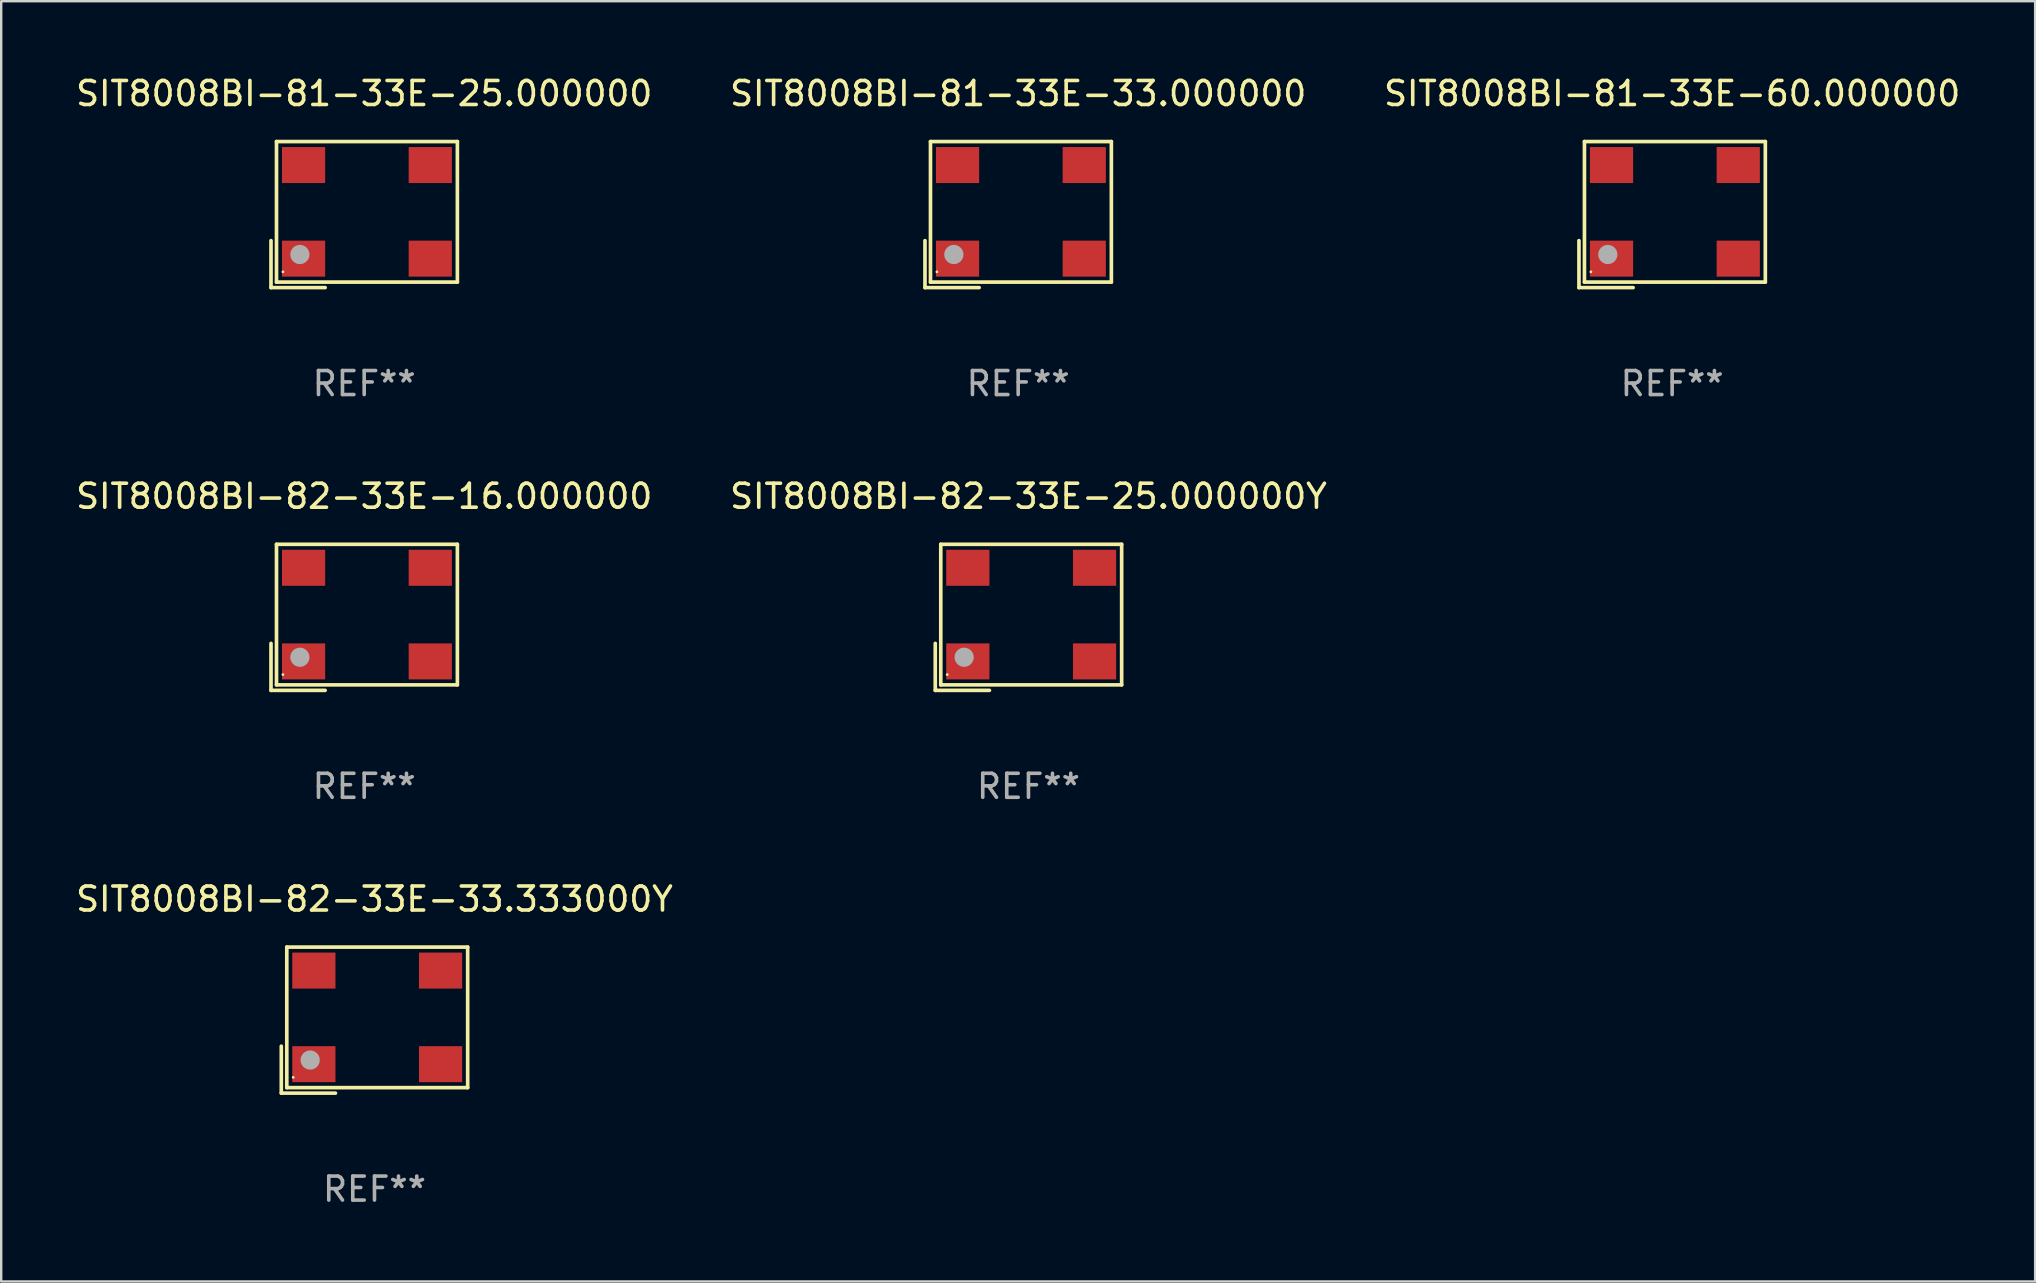
<source format=kicad_pcb>
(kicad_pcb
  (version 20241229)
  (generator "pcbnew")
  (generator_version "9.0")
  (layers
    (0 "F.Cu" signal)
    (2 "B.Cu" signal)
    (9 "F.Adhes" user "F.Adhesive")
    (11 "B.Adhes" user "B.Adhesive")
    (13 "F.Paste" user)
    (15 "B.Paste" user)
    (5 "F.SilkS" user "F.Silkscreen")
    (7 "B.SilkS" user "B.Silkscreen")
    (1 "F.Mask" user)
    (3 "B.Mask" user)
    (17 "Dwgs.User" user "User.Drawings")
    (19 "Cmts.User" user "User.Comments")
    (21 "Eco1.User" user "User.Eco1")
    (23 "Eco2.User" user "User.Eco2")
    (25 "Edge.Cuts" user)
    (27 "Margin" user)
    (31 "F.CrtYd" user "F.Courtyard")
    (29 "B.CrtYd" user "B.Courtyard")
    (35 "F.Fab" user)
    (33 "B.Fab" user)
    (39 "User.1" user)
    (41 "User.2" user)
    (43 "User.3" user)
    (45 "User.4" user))
  (footprint "SIT8008BI-81-33E-33.000000"
    (layer "F.Cu")
    (at 39.375 5.891)
    (property "Reference" "SIT8008BI-81-33E-33.000000" (at 0 -5.043 0) (layer "F.SilkS") (effects (font (size 1 1) (thickness 0.15))))
    (attr through_hole)
    (fp_line (start -3.883 1.086) (end -3.883 3.043) (stroke (width 0.152) (type solid)) (layer "F.SilkS"))
    (fp_line (start -3.883 3.043) (end -1.626 3.043) (stroke (width 0.152) (type solid)) (layer "F.SilkS"))
    (fp_line (start -3.654 -3.043) (end 3.883 -3.043) (stroke (width 0.152) (type solid)) (layer "F.SilkS"))
    (fp_line (start -3.654 2.814) (end -3.654 -3.043) (stroke (width 0.152) (type solid)) (layer "F.SilkS"))
    (fp_line (start 3.883 -3.043) (end 3.883 2.814) (stroke (width 0.152) (type solid)) (layer "F.SilkS"))
    (fp_line (start 3.883 2.814) (end -3.654 2.814) (stroke (width 0.152) (type solid)) (layer "F.SilkS"))
    (fp_circle (center -3.386 2.386) (end -3.356 2.386) (stroke (width 0.06) (type solid)) (fill no) (layer "F.SilkS"))
    (fp_circle (center -2.68 1.664) (end -2.48 1.664) (stroke (width 0.4) (type solid)) (fill no) (layer "F.Fab"))
    (fp_text user "REF**" (at 0 7.043 0) (layer "F.Fab") (effects (font (size 1 1) (thickness 0.15))))
    (pad "1" smd rect (at -2.526 1.836) (size 1.8 1.5) (layers "F.Cu" "F.Mask" "F.Paste"))
    (pad "2" smd rect (at 2.754 1.836) (size 1.8 1.5) (layers "F.Cu" "F.Mask" "F.Paste"))
    (pad "3" smd rect (at 2.754 -2.064) (size 1.8 1.5) (layers "F.Cu" "F.Mask" "F.Paste"))
    (pad "4" smd rect (at -2.526 -2.064) (size 1.8 1.5) (layers "F.Cu" "F.Mask" "F.Paste")))
  (footprint "SIT8008BI-82-33E-16.000000"
    (layer "F.Cu")
    (at 12.125 22.673)
    (property "Reference" "SIT8008BI-82-33E-16.000000" (at 0 -5.043 0) (layer "F.SilkS") (effects (font (size 1 1) (thickness 0.15))))
    (attr through_hole)
    (fp_line (start -3.883 1.086) (end -3.883 3.043) (stroke (width 0.152) (type solid)) (layer "F.SilkS"))
    (fp_line (start -3.883 3.043) (end -1.626 3.043) (stroke (width 0.152) (type solid)) (layer "F.SilkS"))
    (fp_line (start -3.654 -3.043) (end 3.883 -3.043) (stroke (width 0.152) (type solid)) (layer "F.SilkS"))
    (fp_line (start -3.654 2.814) (end -3.654 -3.043) (stroke (width 0.152) (type solid)) (layer "F.SilkS"))
    (fp_line (start 3.883 -3.043) (end 3.883 2.814) (stroke (width 0.152) (type solid)) (layer "F.SilkS"))
    (fp_line (start 3.883 2.814) (end -3.654 2.814) (stroke (width 0.152) (type solid)) (layer "F.SilkS"))
    (fp_circle (center -3.386 2.386) (end -3.356 2.386) (stroke (width 0.06) (type solid)) (fill no) (layer "F.SilkS"))
    (fp_circle (center -2.68 1.664) (end -2.48 1.664) (stroke (width 0.4) (type solid)) (fill no) (layer "F.Fab"))
    (fp_text user "REF**" (at 0 7.043 0) (layer "F.Fab") (effects (font (size 1 1) (thickness 0.15))))
    (pad "1" smd rect (at -2.526 1.836) (size 1.8 1.5) (layers "F.Cu" "F.Mask" "F.Paste"))
    (pad "2" smd rect (at 2.754 1.836) (size 1.8 1.5) (layers "F.Cu" "F.Mask" "F.Paste"))
    (pad "3" smd rect (at 2.754 -2.064) (size 1.8 1.5) (layers "F.Cu" "F.Mask" "F.Paste"))
    (pad "4" smd rect (at -2.526 -2.064) (size 1.8 1.5) (layers "F.Cu" "F.Mask" "F.Paste")))
  (footprint "SIT8008BI-82-33E-25.000000Y"
    (layer "F.Cu")
    (at 39.804 22.673)
    (property "Reference" "SIT8008BI-82-33E-25.000000Y" (at 0 -5.043 0) (layer "F.SilkS") (effects (font (size 1 1) (thickness 0.15))))
    (attr through_hole)
    (fp_line (start -3.883 1.086) (end -3.883 3.043) (stroke (width 0.152) (type solid)) (layer "F.SilkS"))
    (fp_line (start -3.883 3.043) (end -1.626 3.043) (stroke (width 0.152) (type solid)) (layer "F.SilkS"))
    (fp_line (start -3.654 -3.043) (end 3.883 -3.043) (stroke (width 0.152) (type solid)) (layer "F.SilkS"))
    (fp_line (start -3.654 2.814) (end -3.654 -3.043) (stroke (width 0.152) (type solid)) (layer "F.SilkS"))
    (fp_line (start 3.883 -3.043) (end 3.883 2.814) (stroke (width 0.152) (type solid)) (layer "F.SilkS"))
    (fp_line (start 3.883 2.814) (end -3.654 2.814) (stroke (width 0.152) (type solid)) (layer "F.SilkS"))
    (fp_circle (center -3.386 2.386) (end -3.356 2.386) (stroke (width 0.06) (type solid)) (fill no) (layer "F.SilkS"))
    (fp_circle (center -2.68 1.664) (end -2.48 1.664) (stroke (width 0.4) (type solid)) (fill no) (layer "F.Fab"))
    (fp_text user "REF**" (at 0 7.043 0) (layer "F.Fab") (effects (font (size 1 1) (thickness 0.15))))
    (pad "1" smd rect (at -2.526 1.836) (size 1.8 1.5) (layers "F.Cu" "F.Mask" "F.Paste"))
    (pad "2" smd rect (at 2.754 1.836) (size 1.8 1.5) (layers "F.Cu" "F.Mask" "F.Paste"))
    (pad "3" smd rect (at 2.754 -2.064) (size 1.8 1.5) (layers "F.Cu" "F.Mask" "F.Paste"))
    (pad "4" smd rect (at -2.526 -2.064) (size 1.8 1.5) (layers "F.Cu" "F.Mask" "F.Paste")))
  (footprint "SIT8008BI-82-33E-33.333000Y"
    (layer "F.Cu")
    (at 12.554 39.456)
    (property "Reference" "SIT8008BI-82-33E-33.333000Y" (at 0 -5.043 0) (layer "F.SilkS") (effects (font (size 1 1) (thickness 0.15))))
    (attr through_hole)
    (fp_line (start -3.883 1.086) (end -3.883 3.043) (stroke (width 0.152) (type solid)) (layer "F.SilkS"))
    (fp_line (start -3.883 3.043) (end -1.626 3.043) (stroke (width 0.152) (type solid)) (layer "F.SilkS"))
    (fp_line (start -3.654 -3.043) (end 3.883 -3.043) (stroke (width 0.152) (type solid)) (layer "F.SilkS"))
    (fp_line (start -3.654 2.814) (end -3.654 -3.043) (stroke (width 0.152) (type solid)) (layer "F.SilkS"))
    (fp_line (start 3.883 -3.043) (end 3.883 2.814) (stroke (width 0.152) (type solid)) (layer "F.SilkS"))
    (fp_line (start 3.883 2.814) (end -3.654 2.814) (stroke (width 0.152) (type solid)) (layer "F.SilkS"))
    (fp_circle (center -3.386 2.386) (end -3.356 2.386) (stroke (width 0.06) (type solid)) (fill no) (layer "F.SilkS"))
    (fp_circle (center -2.68 1.664) (end -2.48 1.664) (stroke (width 0.4) (type solid)) (fill no) (layer "F.Fab"))
    (fp_text user "REF**" (at 0 7.043 0) (layer "F.Fab") (effects (font (size 1 1) (thickness 0.15))))
    (pad "1" smd rect (at -2.526 1.836) (size 1.8 1.5) (layers "F.Cu" "F.Mask" "F.Paste"))
    (pad "2" smd rect (at 2.754 1.836) (size 1.8 1.5) (layers "F.Cu" "F.Mask" "F.Paste"))
    (pad "3" smd rect (at 2.754 -2.064) (size 1.8 1.5) (layers "F.Cu" "F.Mask" "F.Paste"))
    (pad "4" smd rect (at -2.526 -2.064) (size 1.8 1.5) (layers "F.Cu" "F.Mask" "F.Paste")))
  (footprint "SIT8008BI-81-33E-60.000000"
    (layer "F.Cu")
    (at 66.625 5.891)
    (property "Reference" "SIT8008BI-81-33E-60.000000" (at 0 -5.043 0) (layer "F.SilkS") (effects (font (size 1 1) (thickness 0.15))))
    (attr through_hole)
    (fp_line (start -3.883 1.086) (end -3.883 3.043) (stroke (width 0.152) (type solid)) (layer "F.SilkS"))
    (fp_line (start -3.883 3.043) (end -1.626 3.043) (stroke (width 0.152) (type solid)) (layer "F.SilkS"))
    (fp_line (start -3.654 -3.043) (end 3.883 -3.043) (stroke (width 0.152) (type solid)) (layer "F.SilkS"))
    (fp_line (start -3.654 2.814) (end -3.654 -3.043) (stroke (width 0.152) (type solid)) (layer "F.SilkS"))
    (fp_line (start 3.883 -3.043) (end 3.883 2.814) (stroke (width 0.152) (type solid)) (layer "F.SilkS"))
    (fp_line (start 3.883 2.814) (end -3.654 2.814) (stroke (width 0.152) (type solid)) (layer "F.SilkS"))
    (fp_circle (center -3.386 2.386) (end -3.356 2.386) (stroke (width 0.06) (type solid)) (fill no) (layer "F.SilkS"))
    (fp_circle (center -2.68 1.664) (end -2.48 1.664) (stroke (width 0.4) (type solid)) (fill no) (layer "F.Fab"))
    (fp_text user "REF**" (at 0 7.043 0) (layer "F.Fab") (effects (font (size 1 1) (thickness 0.15))))
    (pad "1" smd rect (at -2.526 1.836) (size 1.8 1.5) (layers "F.Cu" "F.Mask" "F.Paste"))
    (pad "2" smd rect (at 2.754 1.836) (size 1.8 1.5) (layers "F.Cu" "F.Mask" "F.Paste"))
    (pad "3" smd rect (at 2.754 -2.064) (size 1.8 1.5) (layers "F.Cu" "F.Mask" "F.Paste"))
    (pad "4" smd rect (at -2.526 -2.064) (size 1.8 1.5) (layers "F.Cu" "F.Mask" "F.Paste")))
  (footprint "SIT8008BI-81-33E-25.000000"
    (layer "F.Cu")
    (at 12.125 5.891)
    (property "Reference" "SIT8008BI-81-33E-25.000000" (at 0 -5.043 0) (layer "F.SilkS") (effects (font (size 1 1) (thickness 0.15))))
    (attr through_hole)
    (fp_line (start -3.883 1.086) (end -3.883 3.043) (stroke (width 0.152) (type solid)) (layer "F.SilkS"))
    (fp_line (start -3.883 3.043) (end -1.626 3.043) (stroke (width 0.152) (type solid)) (layer "F.SilkS"))
    (fp_line (start -3.654 -3.043) (end 3.883 -3.043) (stroke (width 0.152) (type solid)) (layer "F.SilkS"))
    (fp_line (start -3.654 2.814) (end -3.654 -3.043) (stroke (width 0.152) (type solid)) (layer "F.SilkS"))
    (fp_line (start 3.883 -3.043) (end 3.883 2.814) (stroke (width 0.152) (type solid)) (layer "F.SilkS"))
    (fp_line (start 3.883 2.814) (end -3.654 2.814) (stroke (width 0.152) (type solid)) (layer "F.SilkS"))
    (fp_circle (center -3.386 2.386) (end -3.356 2.386) (stroke (width 0.06) (type solid)) (fill no) (layer "F.SilkS"))
    (fp_circle (center -2.68 1.664) (end -2.48 1.664) (stroke (width 0.4) (type solid)) (fill no) (layer "F.Fab"))
    (fp_text user "REF**" (at 0 7.043 0) (layer "F.Fab") (effects (font (size 1 1) (thickness 0.15))))
    (pad "1" smd rect (at -2.526 1.836) (size 1.8 1.5) (layers "F.Cu" "F.Mask" "F.Paste"))
    (pad "2" smd rect (at 2.754 1.836) (size 1.8 1.5) (layers "F.Cu" "F.Mask" "F.Paste"))
    (pad "3" smd rect (at 2.754 -2.064) (size 1.8 1.5) (layers "F.Cu" "F.Mask" "F.Paste"))
    (pad "4" smd rect (at -2.526 -2.064) (size 1.8 1.5) (layers "F.Cu" "F.Mask" "F.Paste")))
  (gr_rect
    (start -3 -3)
    (end 81.75 50.347)
    (stroke (width 0.1) (type default))
    (fill no)
    (layer "Edge.Cuts")))
</source>
